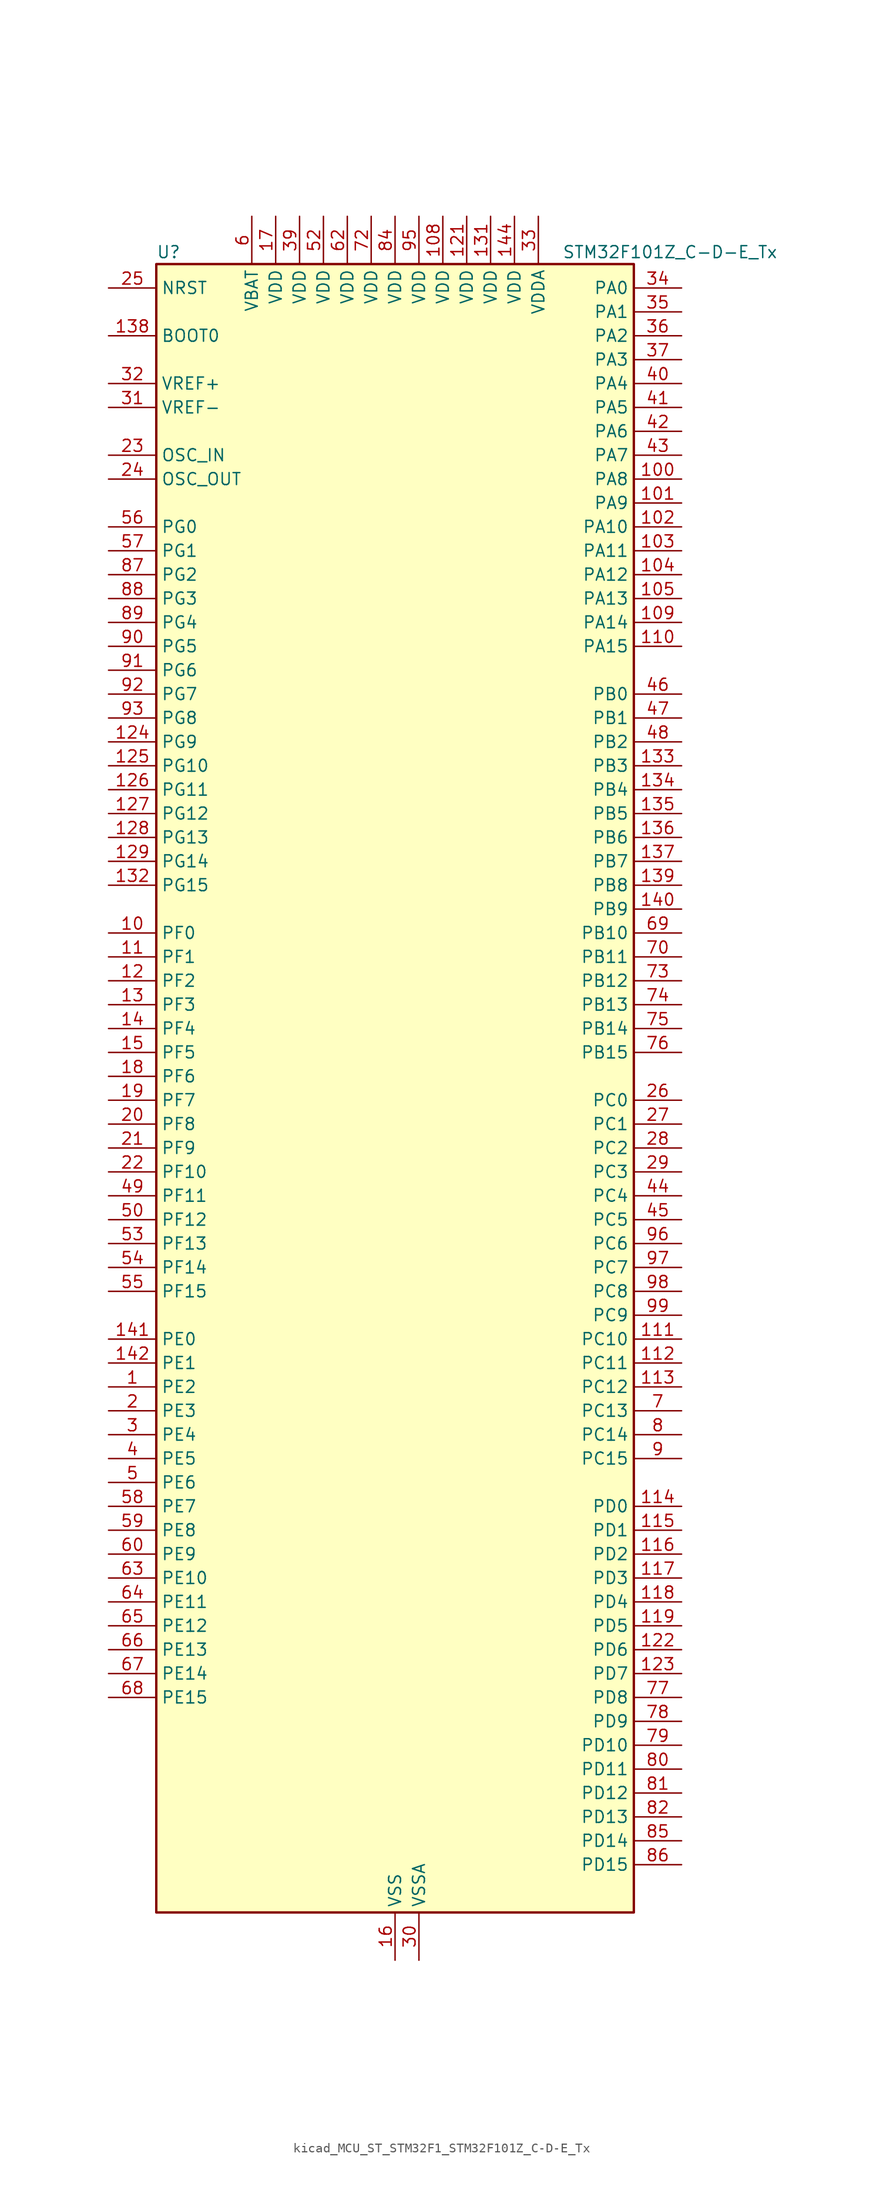
<source format=kicad_sym>
(kicad_symbol_lib
  (version 20220914)
  (generator kicad_symbol_editor)
  (symbol "kicad_MCU_ST_STM32F1_STM32F101Z_C-D-E_Tx"
    (property "Reference" "U"
      (at -25.4 90.17 0)
      (effects (font (size 1.27 1.27)) (justify left)))
    (property "Value" "STM32F101Z_C-D-E_Tx"
      (at 17.78 90.17 0)
      (effects (font (size 1.27 1.27)) (justify left)))
    (property "ki_locked" ""
      (at 0 0 0)
      (effects (font (size 1.27 1.27))))
    (symbol "kicad_MCU_ST_STM32F1_STM32F101Z_C-D-E_Tx_0_1"
      (rectangle (start -25.4 -86.36) (end 25.4 88.9) (stroke (width 0.254) (type default)) (fill (type background))))
    (symbol "kicad_MCU_ST_STM32F1_STM32F101Z_C-D-E_Tx_1_1"
      (pin bidirectional line (at -30.48 -30.48 0) (length 5.08) (name "PE2" (effects (font (size 1.27 1.27)))) (number "1" (effects (font (size 1.27 1.27)))) (alternate "FSMC_A23" bidirectional line) (alternate "SYS_TRACECLK" bidirectional line))
      (pin bidirectional line (at -30.48 17.78 0) (length 5.08) (name "PF0" (effects (font (size 1.27 1.27)))) (number "10" (effects (font (size 1.27 1.27)))) (alternate "FSMC_A0" bidirectional line))
      (pin bidirectional line (at 30.48 66.04 180) (length 5.08) (name "PA8" (effects (font (size 1.27 1.27)))) (number "100" (effects (font (size 1.27 1.27)))) (alternate "RCC_MCO" bidirectional line) (alternate "USART1_CK" bidirectional line))
      (pin bidirectional line (at 30.48 63.5 180) (length 5.08) (name "PA9" (effects (font (size 1.27 1.27)))) (number "101" (effects (font (size 1.27 1.27)))) (alternate "DAC_EXTI9" bidirectional line) (alternate "USART1_TX" bidirectional line))
      (pin bidirectional line (at 30.48 60.96 180) (length 5.08) (name "PA10" (effects (font (size 1.27 1.27)))) (number "102" (effects (font (size 1.27 1.27)))) (alternate "USART1_RX" bidirectional line))
      (pin bidirectional line (at 30.48 58.42 180) (length 5.08) (name "PA11" (effects (font (size 1.27 1.27)))) (number "103" (effects (font (size 1.27 1.27)))) (alternate "ADC1_EXTI11" bidirectional line) (alternate "USART1_CTS" bidirectional line))
      (pin bidirectional line (at 30.48 55.88 180) (length 5.08) (name "PA12" (effects (font (size 1.27 1.27)))) (number "104" (effects (font (size 1.27 1.27)))) (alternate "USART1_RTS" bidirectional line))
      (pin bidirectional line (at 30.48 53.34 180) (length 5.08) (name "PA13" (effects (font (size 1.27 1.27)))) (number "105" (effects (font (size 1.27 1.27)))) (alternate "SYS_JTMS-SWDIO" bidirectional line))
      (pin no_connect line (at -25.4 -86.36 0) (length 5.08) hide (name "NC" (effects (font (size 1.27 1.27)))) (number "106" (effects (font (size 1.27 1.27)))))
      (pin passive line (at 0 -91.44 90) (length 5.08) hide (name "VSS" (effects (font (size 1.27 1.27)))) (number "107" (effects (font (size 1.27 1.27)))))
      (pin power_in line (at 5.08 93.98 270) (length 5.08) (name "VDD" (effects (font (size 1.27 1.27)))) (number "108" (effects (font (size 1.27 1.27)))))
      (pin bidirectional line (at 30.48 50.8 180) (length 5.08) (name "PA14" (effects (font (size 1.27 1.27)))) (number "109" (effects (font (size 1.27 1.27)))) (alternate "SYS_JTCK-SWCLK" bidirectional line))
      (pin bidirectional line (at -30.48 15.24 0) (length 5.08) (name "PF1" (effects (font (size 1.27 1.27)))) (number "11" (effects (font (size 1.27 1.27)))) (alternate "FSMC_A1" bidirectional line))
      (pin bidirectional line (at 30.48 48.26 180) (length 5.08) (name "PA15" (effects (font (size 1.27 1.27)))) (number "110" (effects (font (size 1.27 1.27)))) (alternate "ADC1_EXTI15" bidirectional line) (alternate "SPI1_NSS" bidirectional line) (alternate "SPI3_NSS" bidirectional line) (alternate "SYS_JTDI" bidirectional line) (alternate "TIM2_CH1" bidirectional line) (alternate "TIM2_ETR" bidirectional line))
      (pin bidirectional line (at 30.48 -25.4 180) (length 5.08) (name "PC10" (effects (font (size 1.27 1.27)))) (number "111" (effects (font (size 1.27 1.27)))) (alternate "UART4_TX" bidirectional line) (alternate "USART3_TX" bidirectional line))
      (pin bidirectional line (at 30.48 -27.94 180) (length 5.08) (name "PC11" (effects (font (size 1.27 1.27)))) (number "112" (effects (font (size 1.27 1.27)))) (alternate "ADC1_EXTI11" bidirectional line) (alternate "UART4_RX" bidirectional line) (alternate "USART3_RX" bidirectional line))
      (pin bidirectional line (at 30.48 -30.48 180) (length 5.08) (name "PC12" (effects (font (size 1.27 1.27)))) (number "113" (effects (font (size 1.27 1.27)))) (alternate "UART5_TX" bidirectional line) (alternate "USART3_CK" bidirectional line))
      (pin bidirectional line (at 30.48 -43.18 180) (length 5.08) (name "PD0" (effects (font (size 1.27 1.27)))) (number "114" (effects (font (size 1.27 1.27)))) (alternate "FSMC_D2" bidirectional line) (alternate "FSMC_DA2" bidirectional line))
      (pin bidirectional line (at 30.48 -45.72 180) (length 5.08) (name "PD1" (effects (font (size 1.27 1.27)))) (number "115" (effects (font (size 1.27 1.27)))) (alternate "FSMC_D3" bidirectional line) (alternate "FSMC_DA3" bidirectional line))
      (pin bidirectional line (at 30.48 -48.26 180) (length 5.08) (name "PD2" (effects (font (size 1.27 1.27)))) (number "116" (effects (font (size 1.27 1.27)))) (alternate "TIM3_ETR" bidirectional line) (alternate "UART5_RX" bidirectional line))
      (pin bidirectional line (at 30.48 -50.8 180) (length 5.08) (name "PD3" (effects (font (size 1.27 1.27)))) (number "117" (effects (font (size 1.27 1.27)))) (alternate "FSMC_CLK" bidirectional line) (alternate "USART2_CTS" bidirectional line))
      (pin bidirectional line (at 30.48 -53.34 180) (length 5.08) (name "PD4" (effects (font (size 1.27 1.27)))) (number "118" (effects (font (size 1.27 1.27)))) (alternate "FSMC_NOE" bidirectional line) (alternate "USART2_RTS" bidirectional line))
      (pin bidirectional line (at 30.48 -55.88 180) (length 5.08) (name "PD5" (effects (font (size 1.27 1.27)))) (number "119" (effects (font (size 1.27 1.27)))) (alternate "FSMC_NWE" bidirectional line) (alternate "USART2_TX" bidirectional line))
      (pin bidirectional line (at -30.48 12.7 0) (length 5.08) (name "PF2" (effects (font (size 1.27 1.27)))) (number "12" (effects (font (size 1.27 1.27)))) (alternate "FSMC_A2" bidirectional line))
      (pin passive line (at 0 -91.44 90) (length 5.08) hide (name "VSS" (effects (font (size 1.27 1.27)))) (number "120" (effects (font (size 1.27 1.27)))))
      (pin power_in line (at 7.62 93.98 270) (length 5.08) (name "VDD" (effects (font (size 1.27 1.27)))) (number "121" (effects (font (size 1.27 1.27)))))
      (pin bidirectional line (at 30.48 -58.42 180) (length 5.08) (name "PD6" (effects (font (size 1.27 1.27)))) (number "122" (effects (font (size 1.27 1.27)))) (alternate "FSMC_NWAIT" bidirectional line) (alternate "USART2_RX" bidirectional line))
      (pin bidirectional line (at 30.48 -60.96 180) (length 5.08) (name "PD7" (effects (font (size 1.27 1.27)))) (number "123" (effects (font (size 1.27 1.27)))) (alternate "FSMC_NCE2" bidirectional line) (alternate "FSMC_NE1" bidirectional line) (alternate "USART2_CK" bidirectional line))
      (pin bidirectional line (at -30.48 38.1 0) (length 5.08) (name "PG9" (effects (font (size 1.27 1.27)))) (number "124" (effects (font (size 1.27 1.27)))) (alternate "DAC_EXTI9" bidirectional line) (alternate "FSMC_NCE3" bidirectional line) (alternate "FSMC_NE2" bidirectional line))
      (pin bidirectional line (at -30.48 35.56 0) (length 5.08) (name "PG10" (effects (font (size 1.27 1.27)))) (number "125" (effects (font (size 1.27 1.27)))) (alternate "FSMC_NCE4_1" bidirectional line) (alternate "FSMC_NE3" bidirectional line))
      (pin bidirectional line (at -30.48 33.02 0) (length 5.08) (name "PG11" (effects (font (size 1.27 1.27)))) (number "126" (effects (font (size 1.27 1.27)))) (alternate "ADC1_EXTI11" bidirectional line) (alternate "FSMC_NCE4_2" bidirectional line))
      (pin bidirectional line (at -30.48 30.48 0) (length 5.08) (name "PG12" (effects (font (size 1.27 1.27)))) (number "127" (effects (font (size 1.27 1.27)))) (alternate "FSMC_NE4" bidirectional line))
      (pin bidirectional line (at -30.48 27.94 0) (length 5.08) (name "PG13" (effects (font (size 1.27 1.27)))) (number "128" (effects (font (size 1.27 1.27)))) (alternate "FSMC_A24" bidirectional line))
      (pin bidirectional line (at -30.48 25.4 0) (length 5.08) (name "PG14" (effects (font (size 1.27 1.27)))) (number "129" (effects (font (size 1.27 1.27)))) (alternate "FSMC_A25" bidirectional line))
      (pin bidirectional line (at -30.48 10.16 0) (length 5.08) (name "PF3" (effects (font (size 1.27 1.27)))) (number "13" (effects (font (size 1.27 1.27)))) (alternate "FSMC_A3" bidirectional line))
      (pin passive line (at 0 -91.44 90) (length 5.08) hide (name "VSS" (effects (font (size 1.27 1.27)))) (number "130" (effects (font (size 1.27 1.27)))))
      (pin power_in line (at 10.16 93.98 270) (length 5.08) (name "VDD" (effects (font (size 1.27 1.27)))) (number "131" (effects (font (size 1.27 1.27)))))
      (pin bidirectional line (at -30.48 22.86 0) (length 5.08) (name "PG15" (effects (font (size 1.27 1.27)))) (number "132" (effects (font (size 1.27 1.27)))) (alternate "ADC1_EXTI15" bidirectional line))
      (pin bidirectional line (at 30.48 35.56 180) (length 5.08) (name "PB3" (effects (font (size 1.27 1.27)))) (number "133" (effects (font (size 1.27 1.27)))) (alternate "SPI1_SCK" bidirectional line) (alternate "SPI3_SCK" bidirectional line) (alternate "SYS_JTDO-TRACESWO" bidirectional line) (alternate "TIM2_CH2" bidirectional line))
      (pin bidirectional line (at 30.48 33.02 180) (length 5.08) (name "PB4" (effects (font (size 1.27 1.27)))) (number "134" (effects (font (size 1.27 1.27)))) (alternate "SPI1_MISO" bidirectional line) (alternate "SPI3_MISO" bidirectional line) (alternate "SYS_NJTRST" bidirectional line) (alternate "TIM3_CH1" bidirectional line))
      (pin bidirectional line (at 30.48 30.48 180) (length 5.08) (name "PB5" (effects (font (size 1.27 1.27)))) (number "135" (effects (font (size 1.27 1.27)))) (alternate "I2C1_SMBA" bidirectional line) (alternate "SPI1_MOSI" bidirectional line) (alternate "SPI3_MOSI" bidirectional line) (alternate "TIM3_CH2" bidirectional line))
      (pin bidirectional line (at 30.48 27.94 180) (length 5.08) (name "PB6" (effects (font (size 1.27 1.27)))) (number "136" (effects (font (size 1.27 1.27)))) (alternate "I2C1_SCL" bidirectional line) (alternate "TIM4_CH1" bidirectional line) (alternate "USART1_TX" bidirectional line))
      (pin bidirectional line (at 30.48 25.4 180) (length 5.08) (name "PB7" (effects (font (size 1.27 1.27)))) (number "137" (effects (font (size 1.27 1.27)))) (alternate "FSMC_NL" bidirectional line) (alternate "I2C1_SDA" bidirectional line) (alternate "TIM4_CH2" bidirectional line) (alternate "USART1_RX" bidirectional line))
      (pin input line (at -30.48 81.28 0) (length 5.08) (name "BOOT0" (effects (font (size 1.27 1.27)))) (number "138" (effects (font (size 1.27 1.27)))))
      (pin bidirectional line (at 30.48 22.86 180) (length 5.08) (name "PB8" (effects (font (size 1.27 1.27)))) (number "139" (effects (font (size 1.27 1.27)))) (alternate "I2C1_SCL" bidirectional line) (alternate "TIM4_CH3" bidirectional line))
      (pin bidirectional line (at -30.48 7.62 0) (length 5.08) (name "PF4" (effects (font (size 1.27 1.27)))) (number "14" (effects (font (size 1.27 1.27)))) (alternate "FSMC_A4" bidirectional line))
      (pin bidirectional line (at 30.48 20.32 180) (length 5.08) (name "PB9" (effects (font (size 1.27 1.27)))) (number "140" (effects (font (size 1.27 1.27)))) (alternate "DAC_EXTI9" bidirectional line) (alternate "I2C1_SDA" bidirectional line) (alternate "TIM4_CH4" bidirectional line))
      (pin bidirectional line (at -30.48 -25.4 0) (length 5.08) (name "PE0" (effects (font (size 1.27 1.27)))) (number "141" (effects (font (size 1.27 1.27)))) (alternate "FSMC_NBL0" bidirectional line) (alternate "TIM4_ETR" bidirectional line))
      (pin bidirectional line (at -30.48 -27.94 0) (length 5.08) (name "PE1" (effects (font (size 1.27 1.27)))) (number "142" (effects (font (size 1.27 1.27)))) (alternate "FSMC_NBL1" bidirectional line))
      (pin passive line (at 0 -91.44 90) (length 5.08) hide (name "VSS" (effects (font (size 1.27 1.27)))) (number "143" (effects (font (size 1.27 1.27)))))
      (pin power_in line (at 12.7 93.98 270) (length 5.08) (name "VDD" (effects (font (size 1.27 1.27)))) (number "144" (effects (font (size 1.27 1.27)))))
      (pin bidirectional line (at -30.48 5.08 0) (length 5.08) (name "PF5" (effects (font (size 1.27 1.27)))) (number "15" (effects (font (size 1.27 1.27)))) (alternate "FSMC_A5" bidirectional line))
      (pin power_in line (at 0 -91.44 90) (length 5.08) (name "VSS" (effects (font (size 1.27 1.27)))) (number "16" (effects (font (size 1.27 1.27)))))
      (pin power_in line (at -12.7 93.98 270) (length 5.08) (name "VDD" (effects (font (size 1.27 1.27)))) (number "17" (effects (font (size 1.27 1.27)))))
      (pin bidirectional line (at -30.48 2.54 0) (length 5.08) (name "PF6" (effects (font (size 1.27 1.27)))) (number "18" (effects (font (size 1.27 1.27)))) (alternate "FSMC_NIORD" bidirectional line))
      (pin bidirectional line (at -30.48 0 0) (length 5.08) (name "PF7" (effects (font (size 1.27 1.27)))) (number "19" (effects (font (size 1.27 1.27)))) (alternate "FSMC_NREG" bidirectional line))
      (pin bidirectional line (at -30.48 -33.02 0) (length 5.08) (name "PE3" (effects (font (size 1.27 1.27)))) (number "2" (effects (font (size 1.27 1.27)))) (alternate "FSMC_A19" bidirectional line) (alternate "SYS_TRACED0" bidirectional line))
      (pin bidirectional line (at -30.48 -2.54 0) (length 5.08) (name "PF8" (effects (font (size 1.27 1.27)))) (number "20" (effects (font (size 1.27 1.27)))) (alternate "FSMC_NIOWR" bidirectional line))
      (pin bidirectional line (at -30.48 -5.08 0) (length 5.08) (name "PF9" (effects (font (size 1.27 1.27)))) (number "21" (effects (font (size 1.27 1.27)))) (alternate "DAC_EXTI9" bidirectional line) (alternate "FSMC_CD" bidirectional line))
      (pin bidirectional line (at -30.48 -7.62 0) (length 5.08) (name "PF10" (effects (font (size 1.27 1.27)))) (number "22" (effects (font (size 1.27 1.27)))) (alternate "FSMC_INTR" bidirectional line))
      (pin input line (at -30.48 68.58 0) (length 5.08) (name "OSC_IN" (effects (font (size 1.27 1.27)))) (number "23" (effects (font (size 1.27 1.27)))) (alternate "RCC_OSC_IN" bidirectional line))
      (pin input line (at -30.48 66.04 0) (length 5.08) (name "OSC_OUT" (effects (font (size 1.27 1.27)))) (number "24" (effects (font (size 1.27 1.27)))) (alternate "RCC_OSC_OUT" bidirectional line))
      (pin input line (at -30.48 86.36 0) (length 5.08) (name "NRST" (effects (font (size 1.27 1.27)))) (number "25" (effects (font (size 1.27 1.27)))))
      (pin bidirectional line (at 30.48 0 180) (length 5.08) (name "PC0" (effects (font (size 1.27 1.27)))) (number "26" (effects (font (size 1.27 1.27)))) (alternate "ADC1_IN10" bidirectional line))
      (pin bidirectional line (at 30.48 -2.54 180) (length 5.08) (name "PC1" (effects (font (size 1.27 1.27)))) (number "27" (effects (font (size 1.27 1.27)))) (alternate "ADC1_IN11" bidirectional line))
      (pin bidirectional line (at 30.48 -5.08 180) (length 5.08) (name "PC2" (effects (font (size 1.27 1.27)))) (number "28" (effects (font (size 1.27 1.27)))) (alternate "ADC1_IN12" bidirectional line))
      (pin bidirectional line (at 30.48 -7.62 180) (length 5.08) (name "PC3" (effects (font (size 1.27 1.27)))) (number "29" (effects (font (size 1.27 1.27)))) (alternate "ADC1_IN13" bidirectional line))
      (pin bidirectional line (at -30.48 -35.56 0) (length 5.08) (name "PE4" (effects (font (size 1.27 1.27)))) (number "3" (effects (font (size 1.27 1.27)))) (alternate "FSMC_A20" bidirectional line) (alternate "SYS_TRACED1" bidirectional line))
      (pin power_in line (at 2.54 -91.44 90) (length 5.08) (name "VSSA" (effects (font (size 1.27 1.27)))) (number "30" (effects (font (size 1.27 1.27)))))
      (pin input line (at -30.48 73.66 0) (length 5.08) (name "VREF-" (effects (font (size 1.27 1.27)))) (number "31" (effects (font (size 1.27 1.27)))))
      (pin input line (at -30.48 76.2 0) (length 5.08) (name "VREF+" (effects (font (size 1.27 1.27)))) (number "32" (effects (font (size 1.27 1.27)))))
      (pin power_in line (at 15.24 93.98 270) (length 5.08) (name "VDDA" (effects (font (size 1.27 1.27)))) (number "33" (effects (font (size 1.27 1.27)))))
      (pin bidirectional line (at 30.48 86.36 180) (length 5.08) (name "PA0" (effects (font (size 1.27 1.27)))) (number "34" (effects (font (size 1.27 1.27)))) (alternate "ADC1_IN0" bidirectional line) (alternate "SYS_WKUP" bidirectional line) (alternate "TIM2_CH1" bidirectional line) (alternate "TIM2_ETR" bidirectional line) (alternate "TIM5_CH1" bidirectional line) (alternate "USART2_CTS" bidirectional line))
      (pin bidirectional line (at 30.48 83.82 180) (length 5.08) (name "PA1" (effects (font (size 1.27 1.27)))) (number "35" (effects (font (size 1.27 1.27)))) (alternate "ADC1_IN1" bidirectional line) (alternate "TIM2_CH2" bidirectional line) (alternate "TIM5_CH2" bidirectional line) (alternate "USART2_RTS" bidirectional line))
      (pin bidirectional line (at 30.48 81.28 180) (length 5.08) (name "PA2" (effects (font (size 1.27 1.27)))) (number "36" (effects (font (size 1.27 1.27)))) (alternate "ADC1_IN2" bidirectional line) (alternate "TIM2_CH3" bidirectional line) (alternate "TIM5_CH3" bidirectional line) (alternate "USART2_TX" bidirectional line))
      (pin bidirectional line (at 30.48 78.74 180) (length 5.08) (name "PA3" (effects (font (size 1.27 1.27)))) (number "37" (effects (font (size 1.27 1.27)))) (alternate "ADC1_IN3" bidirectional line) (alternate "TIM2_CH4" bidirectional line) (alternate "TIM5_CH4" bidirectional line) (alternate "USART2_RX" bidirectional line))
      (pin passive line (at 0 -91.44 90) (length 5.08) hide (name "VSS" (effects (font (size 1.27 1.27)))) (number "38" (effects (font (size 1.27 1.27)))))
      (pin power_in line (at -10.16 93.98 270) (length 5.08) (name "VDD" (effects (font (size 1.27 1.27)))) (number "39" (effects (font (size 1.27 1.27)))))
      (pin bidirectional line (at -30.48 -38.1 0) (length 5.08) (name "PE5" (effects (font (size 1.27 1.27)))) (number "4" (effects (font (size 1.27 1.27)))) (alternate "FSMC_A21" bidirectional line) (alternate "SYS_TRACED2" bidirectional line))
      (pin bidirectional line (at 30.48 76.2 180) (length 5.08) (name "PA4" (effects (font (size 1.27 1.27)))) (number "40" (effects (font (size 1.27 1.27)))) (alternate "ADC1_IN4" bidirectional line) (alternate "DAC_OUT1" bidirectional line) (alternate "SPI1_NSS" bidirectional line) (alternate "USART2_CK" bidirectional line))
      (pin bidirectional line (at 30.48 73.66 180) (length 5.08) (name "PA5" (effects (font (size 1.27 1.27)))) (number "41" (effects (font (size 1.27 1.27)))) (alternate "ADC1_IN5" bidirectional line) (alternate "DAC_OUT2" bidirectional line) (alternate "SPI1_SCK" bidirectional line))
      (pin bidirectional line (at 30.48 71.12 180) (length 5.08) (name "PA6" (effects (font (size 1.27 1.27)))) (number "42" (effects (font (size 1.27 1.27)))) (alternate "ADC1_IN6" bidirectional line) (alternate "SPI1_MISO" bidirectional line) (alternate "TIM3_CH1" bidirectional line))
      (pin bidirectional line (at 30.48 68.58 180) (length 5.08) (name "PA7" (effects (font (size 1.27 1.27)))) (number "43" (effects (font (size 1.27 1.27)))) (alternate "ADC1_IN7" bidirectional line) (alternate "SPI1_MOSI" bidirectional line) (alternate "TIM3_CH2" bidirectional line))
      (pin bidirectional line (at 30.48 -10.16 180) (length 5.08) (name "PC4" (effects (font (size 1.27 1.27)))) (number "44" (effects (font (size 1.27 1.27)))) (alternate "ADC1_IN14" bidirectional line))
      (pin bidirectional line (at 30.48 -12.7 180) (length 5.08) (name "PC5" (effects (font (size 1.27 1.27)))) (number "45" (effects (font (size 1.27 1.27)))) (alternate "ADC1_IN15" bidirectional line))
      (pin bidirectional line (at 30.48 43.18 180) (length 5.08) (name "PB0" (effects (font (size 1.27 1.27)))) (number "46" (effects (font (size 1.27 1.27)))) (alternate "ADC1_IN8" bidirectional line) (alternate "TIM3_CH3" bidirectional line))
      (pin bidirectional line (at 30.48 40.64 180) (length 5.08) (name "PB1" (effects (font (size 1.27 1.27)))) (number "47" (effects (font (size 1.27 1.27)))) (alternate "ADC1_IN9" bidirectional line) (alternate "TIM3_CH4" bidirectional line))
      (pin bidirectional line (at 30.48 38.1 180) (length 5.08) (name "PB2" (effects (font (size 1.27 1.27)))) (number "48" (effects (font (size 1.27 1.27)))))
      (pin bidirectional line (at -30.48 -10.16 0) (length 5.08) (name "PF11" (effects (font (size 1.27 1.27)))) (number "49" (effects (font (size 1.27 1.27)))) (alternate "ADC1_EXTI11" bidirectional line) (alternate "FSMC_NIOS16" bidirectional line))
      (pin bidirectional line (at -30.48 -40.64 0) (length 5.08) (name "PE6" (effects (font (size 1.27 1.27)))) (number "5" (effects (font (size 1.27 1.27)))) (alternate "FSMC_A22" bidirectional line) (alternate "SYS_TRACED3" bidirectional line))
      (pin bidirectional line (at -30.48 -12.7 0) (length 5.08) (name "PF12" (effects (font (size 1.27 1.27)))) (number "50" (effects (font (size 1.27 1.27)))) (alternate "FSMC_A6" bidirectional line))
      (pin passive line (at 0 -91.44 90) (length 5.08) hide (name "VSS" (effects (font (size 1.27 1.27)))) (number "51" (effects (font (size 1.27 1.27)))))
      (pin power_in line (at -7.62 93.98 270) (length 5.08) (name "VDD" (effects (font (size 1.27 1.27)))) (number "52" (effects (font (size 1.27 1.27)))))
      (pin bidirectional line (at -30.48 -15.24 0) (length 5.08) (name "PF13" (effects (font (size 1.27 1.27)))) (number "53" (effects (font (size 1.27 1.27)))) (alternate "FSMC_A7" bidirectional line))
      (pin bidirectional line (at -30.48 -17.78 0) (length 5.08) (name "PF14" (effects (font (size 1.27 1.27)))) (number "54" (effects (font (size 1.27 1.27)))) (alternate "FSMC_A8" bidirectional line))
      (pin bidirectional line (at -30.48 -20.32 0) (length 5.08) (name "PF15" (effects (font (size 1.27 1.27)))) (number "55" (effects (font (size 1.27 1.27)))) (alternate "ADC1_EXTI15" bidirectional line) (alternate "FSMC_A9" bidirectional line))
      (pin bidirectional line (at -30.48 60.96 0) (length 5.08) (name "PG0" (effects (font (size 1.27 1.27)))) (number "56" (effects (font (size 1.27 1.27)))) (alternate "FSMC_A10" bidirectional line))
      (pin bidirectional line (at -30.48 58.42 0) (length 5.08) (name "PG1" (effects (font (size 1.27 1.27)))) (number "57" (effects (font (size 1.27 1.27)))) (alternate "FSMC_A11" bidirectional line))
      (pin bidirectional line (at -30.48 -43.18 0) (length 5.08) (name "PE7" (effects (font (size 1.27 1.27)))) (number "58" (effects (font (size 1.27 1.27)))) (alternate "FSMC_D4" bidirectional line) (alternate "FSMC_DA4" bidirectional line))
      (pin bidirectional line (at -30.48 -45.72 0) (length 5.08) (name "PE8" (effects (font (size 1.27 1.27)))) (number "59" (effects (font (size 1.27 1.27)))) (alternate "FSMC_D5" bidirectional line) (alternate "FSMC_DA5" bidirectional line))
      (pin power_in line (at -15.24 93.98 270) (length 5.08) (name "VBAT" (effects (font (size 1.27 1.27)))) (number "6" (effects (font (size 1.27 1.27)))))
      (pin bidirectional line (at -30.48 -48.26 0) (length 5.08) (name "PE9" (effects (font (size 1.27 1.27)))) (number "60" (effects (font (size 1.27 1.27)))) (alternate "DAC_EXTI9" bidirectional line) (alternate "FSMC_D6" bidirectional line) (alternate "FSMC_DA6" bidirectional line))
      (pin passive line (at 0 -91.44 90) (length 5.08) hide (name "VSS" (effects (font (size 1.27 1.27)))) (number "61" (effects (font (size 1.27 1.27)))))
      (pin power_in line (at -5.08 93.98 270) (length 5.08) (name "VDD" (effects (font (size 1.27 1.27)))) (number "62" (effects (font (size 1.27 1.27)))))
      (pin bidirectional line (at -30.48 -50.8 0) (length 5.08) (name "PE10" (effects (font (size 1.27 1.27)))) (number "63" (effects (font (size 1.27 1.27)))) (alternate "FSMC_D7" bidirectional line) (alternate "FSMC_DA7" bidirectional line))
      (pin bidirectional line (at -30.48 -53.34 0) (length 5.08) (name "PE11" (effects (font (size 1.27 1.27)))) (number "64" (effects (font (size 1.27 1.27)))) (alternate "ADC1_EXTI11" bidirectional line) (alternate "FSMC_D8" bidirectional line) (alternate "FSMC_DA8" bidirectional line))
      (pin bidirectional line (at -30.48 -55.88 0) (length 5.08) (name "PE12" (effects (font (size 1.27 1.27)))) (number "65" (effects (font (size 1.27 1.27)))) (alternate "FSMC_D9" bidirectional line) (alternate "FSMC_DA9" bidirectional line))
      (pin bidirectional line (at -30.48 -58.42 0) (length 5.08) (name "PE13" (effects (font (size 1.27 1.27)))) (number "66" (effects (font (size 1.27 1.27)))) (alternate "FSMC_D10" bidirectional line) (alternate "FSMC_DA10" bidirectional line))
      (pin bidirectional line (at -30.48 -60.96 0) (length 5.08) (name "PE14" (effects (font (size 1.27 1.27)))) (number "67" (effects (font (size 1.27 1.27)))) (alternate "FSMC_D11" bidirectional line) (alternate "FSMC_DA11" bidirectional line))
      (pin bidirectional line (at -30.48 -63.5 0) (length 5.08) (name "PE15" (effects (font (size 1.27 1.27)))) (number "68" (effects (font (size 1.27 1.27)))) (alternate "ADC1_EXTI15" bidirectional line) (alternate "FSMC_D12" bidirectional line) (alternate "FSMC_DA12" bidirectional line))
      (pin bidirectional line (at 30.48 17.78 180) (length 5.08) (name "PB10" (effects (font (size 1.27 1.27)))) (number "69" (effects (font (size 1.27 1.27)))) (alternate "I2C2_SCL" bidirectional line) (alternate "TIM2_CH3" bidirectional line) (alternate "USART3_TX" bidirectional line))
      (pin bidirectional line (at 30.48 -33.02 180) (length 5.08) (name "PC13" (effects (font (size 1.27 1.27)))) (number "7" (effects (font (size 1.27 1.27)))) (alternate "RTC_OUT" bidirectional line) (alternate "RTC_TAMPER" bidirectional line))
      (pin bidirectional line (at 30.48 15.24 180) (length 5.08) (name "PB11" (effects (font (size 1.27 1.27)))) (number "70" (effects (font (size 1.27 1.27)))) (alternate "ADC1_EXTI11" bidirectional line) (alternate "I2C2_SDA" bidirectional line) (alternate "TIM2_CH4" bidirectional line) (alternate "USART3_RX" bidirectional line))
      (pin passive line (at 0 -91.44 90) (length 5.08) hide (name "VSS" (effects (font (size 1.27 1.27)))) (number "71" (effects (font (size 1.27 1.27)))))
      (pin power_in line (at -2.54 93.98 270) (length 5.08) (name "VDD" (effects (font (size 1.27 1.27)))) (number "72" (effects (font (size 1.27 1.27)))))
      (pin bidirectional line (at 30.48 12.7 180) (length 5.08) (name "PB12" (effects (font (size 1.27 1.27)))) (number "73" (effects (font (size 1.27 1.27)))) (alternate "I2C2_SMBA" bidirectional line) (alternate "SPI2_NSS" bidirectional line) (alternate "USART3_CK" bidirectional line))
      (pin bidirectional line (at 30.48 10.16 180) (length 5.08) (name "PB13" (effects (font (size 1.27 1.27)))) (number "74" (effects (font (size 1.27 1.27)))) (alternate "SPI2_SCK" bidirectional line) (alternate "USART3_CTS" bidirectional line))
      (pin bidirectional line (at 30.48 7.62 180) (length 5.08) (name "PB14" (effects (font (size 1.27 1.27)))) (number "75" (effects (font (size 1.27 1.27)))) (alternate "SPI2_MISO" bidirectional line) (alternate "USART3_RTS" bidirectional line))
      (pin bidirectional line (at 30.48 5.08 180) (length 5.08) (name "PB15" (effects (font (size 1.27 1.27)))) (number "76" (effects (font (size 1.27 1.27)))) (alternate "ADC1_EXTI15" bidirectional line) (alternate "SPI2_MOSI" bidirectional line))
      (pin bidirectional line (at 30.48 -63.5 180) (length 5.08) (name "PD8" (effects (font (size 1.27 1.27)))) (number "77" (effects (font (size 1.27 1.27)))) (alternate "FSMC_D13" bidirectional line) (alternate "FSMC_DA13" bidirectional line) (alternate "USART3_TX" bidirectional line))
      (pin bidirectional line (at 30.48 -66.04 180) (length 5.08) (name "PD9" (effects (font (size 1.27 1.27)))) (number "78" (effects (font (size 1.27 1.27)))) (alternate "DAC_EXTI9" bidirectional line) (alternate "FSMC_D14" bidirectional line) (alternate "FSMC_DA14" bidirectional line) (alternate "USART3_RX" bidirectional line))
      (pin bidirectional line (at 30.48 -68.58 180) (length 5.08) (name "PD10" (effects (font (size 1.27 1.27)))) (number "79" (effects (font (size 1.27 1.27)))) (alternate "FSMC_D15" bidirectional line) (alternate "FSMC_DA15" bidirectional line) (alternate "USART3_CK" bidirectional line))
      (pin bidirectional line (at 30.48 -35.56 180) (length 5.08) (name "PC14" (effects (font (size 1.27 1.27)))) (number "8" (effects (font (size 1.27 1.27)))) (alternate "RCC_OSC32_IN" bidirectional line))
      (pin bidirectional line (at 30.48 -71.12 180) (length 5.08) (name "PD11" (effects (font (size 1.27 1.27)))) (number "80" (effects (font (size 1.27 1.27)))) (alternate "ADC1_EXTI11" bidirectional line) (alternate "FSMC_A16" bidirectional line) (alternate "FSMC_CLE" bidirectional line) (alternate "USART3_CTS" bidirectional line))
      (pin bidirectional line (at 30.48 -73.66 180) (length 5.08) (name "PD12" (effects (font (size 1.27 1.27)))) (number "81" (effects (font (size 1.27 1.27)))) (alternate "FSMC_A17" bidirectional line) (alternate "FSMC_ALE" bidirectional line) (alternate "TIM4_CH1" bidirectional line) (alternate "USART3_RTS" bidirectional line))
      (pin bidirectional line (at 30.48 -76.2 180) (length 5.08) (name "PD13" (effects (font (size 1.27 1.27)))) (number "82" (effects (font (size 1.27 1.27)))) (alternate "FSMC_A18" bidirectional line) (alternate "TIM4_CH2" bidirectional line))
      (pin passive line (at 0 -91.44 90) (length 5.08) hide (name "VSS" (effects (font (size 1.27 1.27)))) (number "83" (effects (font (size 1.27 1.27)))))
      (pin power_in line (at 0 93.98 270) (length 5.08) (name "VDD" (effects (font (size 1.27 1.27)))) (number "84" (effects (font (size 1.27 1.27)))))
      (pin bidirectional line (at 30.48 -78.74 180) (length 5.08) (name "PD14" (effects (font (size 1.27 1.27)))) (number "85" (effects (font (size 1.27 1.27)))) (alternate "FSMC_D0" bidirectional line) (alternate "FSMC_DA0" bidirectional line) (alternate "TIM4_CH3" bidirectional line))
      (pin bidirectional line (at 30.48 -81.28 180) (length 5.08) (name "PD15" (effects (font (size 1.27 1.27)))) (number "86" (effects (font (size 1.27 1.27)))) (alternate "ADC1_EXTI15" bidirectional line) (alternate "FSMC_D1" bidirectional line) (alternate "FSMC_DA1" bidirectional line) (alternate "TIM4_CH4" bidirectional line))
      (pin bidirectional line (at -30.48 55.88 0) (length 5.08) (name "PG2" (effects (font (size 1.27 1.27)))) (number "87" (effects (font (size 1.27 1.27)))) (alternate "FSMC_A12" bidirectional line))
      (pin bidirectional line (at -30.48 53.34 0) (length 5.08) (name "PG3" (effects (font (size 1.27 1.27)))) (number "88" (effects (font (size 1.27 1.27)))) (alternate "FSMC_A13" bidirectional line))
      (pin bidirectional line (at -30.48 50.8 0) (length 5.08) (name "PG4" (effects (font (size 1.27 1.27)))) (number "89" (effects (font (size 1.27 1.27)))) (alternate "FSMC_A14" bidirectional line))
      (pin bidirectional line (at 30.48 -38.1 180) (length 5.08) (name "PC15" (effects (font (size 1.27 1.27)))) (number "9" (effects (font (size 1.27 1.27)))) (alternate "ADC1_EXTI15" bidirectional line) (alternate "RCC_OSC32_OUT" bidirectional line))
      (pin bidirectional line (at -30.48 48.26 0) (length 5.08) (name "PG5" (effects (font (size 1.27 1.27)))) (number "90" (effects (font (size 1.27 1.27)))) (alternate "FSMC_A15" bidirectional line))
      (pin bidirectional line (at -30.48 45.72 0) (length 5.08) (name "PG6" (effects (font (size 1.27 1.27)))) (number "91" (effects (font (size 1.27 1.27)))) (alternate "FSMC_INT2" bidirectional line))
      (pin bidirectional line (at -30.48 43.18 0) (length 5.08) (name "PG7" (effects (font (size 1.27 1.27)))) (number "92" (effects (font (size 1.27 1.27)))) (alternate "FSMC_INT3" bidirectional line))
      (pin bidirectional line (at -30.48 40.64 0) (length 5.08) (name "PG8" (effects (font (size 1.27 1.27)))) (number "93" (effects (font (size 1.27 1.27)))))
      (pin passive line (at 0 -91.44 90) (length 5.08) hide (name "VSS" (effects (font (size 1.27 1.27)))) (number "94" (effects (font (size 1.27 1.27)))))
      (pin power_in line (at 2.54 93.98 270) (length 5.08) (name "VDD" (effects (font (size 1.27 1.27)))) (number "95" (effects (font (size 1.27 1.27)))))
      (pin bidirectional line (at 30.48 -15.24 180) (length 5.08) (name "PC6" (effects (font (size 1.27 1.27)))) (number "96" (effects (font (size 1.27 1.27)))) (alternate "TIM3_CH1" bidirectional line))
      (pin bidirectional line (at 30.48 -17.78 180) (length 5.08) (name "PC7" (effects (font (size 1.27 1.27)))) (number "97" (effects (font (size 1.27 1.27)))) (alternate "TIM3_CH2" bidirectional line))
      (pin bidirectional line (at 30.48 -20.32 180) (length 5.08) (name "PC8" (effects (font (size 1.27 1.27)))) (number "98" (effects (font (size 1.27 1.27)))) (alternate "TIM3_CH3" bidirectional line))
      (pin bidirectional line (at 30.48 -22.86 180) (length 5.08) (name "PC9" (effects (font (size 1.27 1.27)))) (number "99" (effects (font (size 1.27 1.27)))) (alternate "DAC_EXTI9" bidirectional line) (alternate "TIM3_CH4" bidirectional line)))))
</source>
